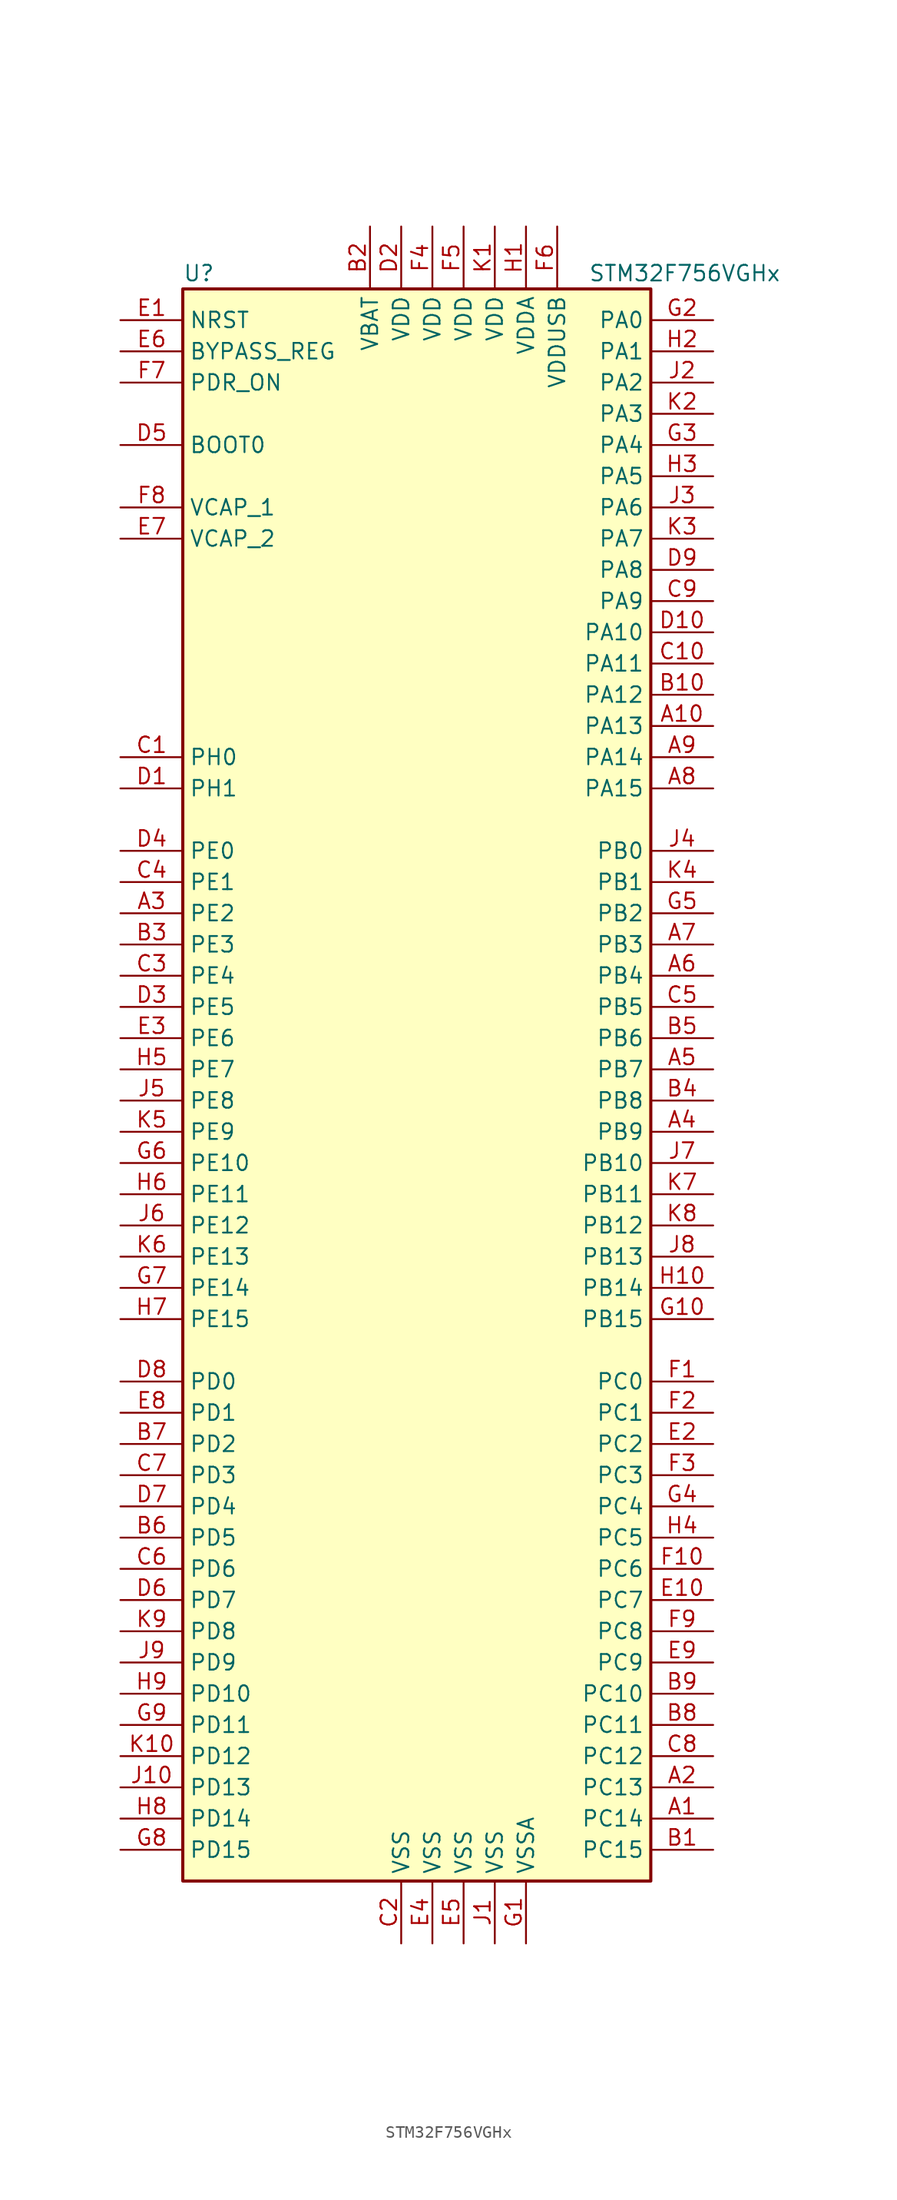
<source format=kicad_sym>
(kicad_symbol_lib
  (version 20201005)
  (generator kicad_symbol_editor)
  (symbol "STM32F756VGHx"
    (property "Reference" "U"
      (at -20.32 64.77 0)
      (effects (font (size 1.27 1.27)) (justify left)))
    (property "Value" "STM32F756VGHx"
      (at 12.7 64.77 0)
      (effects (font (size 1.27 1.27)) (justify left)))
    (symbol "STM32F756VGHx_0_1"
      (rectangle (start -20.32 -66.04) (end 17.78 63.5) (stroke (width 0.254)) (fill (type background))))
    (symbol "STM32F756VGHx_1_1"
      (pin input line (at -25.4 50.8 0) (length 5.08) (name "BOOT0" (effects (font (size 1.27 1.27)))) (number "D5" (effects (font (size 1.27 1.27)))))
      (pin input line (at -25.4 58.42 0) (length 5.08) (name "BYPASS_REG" (effects (font (size 1.27 1.27)))) (number "E6" (effects (font (size 1.27 1.27)))))
      (pin input line (at -25.4 60.96 0) (length 5.08) (name "NRST" (effects (font (size 1.27 1.27)))) (number "E1" (effects (font (size 1.27 1.27)))))
      (pin bidirectional line (at 22.86 60.96 180) (length 5.08) (name "PA0" (effects (font (size 1.27 1.27)))) (number "G2" (effects (font (size 1.27 1.27)))))
      (pin bidirectional line (at 22.86 58.42 180) (length 5.08) (name "PA1" (effects (font (size 1.27 1.27)))) (number "H2" (effects (font (size 1.27 1.27)))))
      (pin bidirectional line (at 22.86 35.56 180) (length 5.08) (name "PA10" (effects (font (size 1.27 1.27)))) (number "D10" (effects (font (size 1.27 1.27)))))
      (pin bidirectional line (at 22.86 33.02 180) (length 5.08) (name "PA11" (effects (font (size 1.27 1.27)))) (number "C10" (effects (font (size 1.27 1.27)))))
      (pin bidirectional line (at 22.86 30.48 180) (length 5.08) (name "PA12" (effects (font (size 1.27 1.27)))) (number "B10" (effects (font (size 1.27 1.27)))))
      (pin bidirectional line (at 22.86 27.94 180) (length 5.08) (name "PA13" (effects (font (size 1.27 1.27)))) (number "A10" (effects (font (size 1.27 1.27)))))
      (pin bidirectional line (at 22.86 25.4 180) (length 5.08) (name "PA14" (effects (font (size 1.27 1.27)))) (number "A9" (effects (font (size 1.27 1.27)))))
      (pin bidirectional line (at 22.86 22.86 180) (length 5.08) (name "PA15" (effects (font (size 1.27 1.27)))) (number "A8" (effects (font (size 1.27 1.27)))))
      (pin bidirectional line (at 22.86 55.88 180) (length 5.08) (name "PA2" (effects (font (size 1.27 1.27)))) (number "J2" (effects (font (size 1.27 1.27)))))
      (pin bidirectional line (at 22.86 53.34 180) (length 5.08) (name "PA3" (effects (font (size 1.27 1.27)))) (number "K2" (effects (font (size 1.27 1.27)))))
      (pin bidirectional line (at 22.86 50.8 180) (length 5.08) (name "PA4" (effects (font (size 1.27 1.27)))) (number "G3" (effects (font (size 1.27 1.27)))))
      (pin bidirectional line (at 22.86 48.26 180) (length 5.08) (name "PA5" (effects (font (size 1.27 1.27)))) (number "H3" (effects (font (size 1.27 1.27)))))
      (pin bidirectional line (at 22.86 45.72 180) (length 5.08) (name "PA6" (effects (font (size 1.27 1.27)))) (number "J3" (effects (font (size 1.27 1.27)))))
      (pin bidirectional line (at 22.86 43.18 180) (length 5.08) (name "PA7" (effects (font (size 1.27 1.27)))) (number "K3" (effects (font (size 1.27 1.27)))))
      (pin bidirectional line (at 22.86 40.64 180) (length 5.08) (name "PA8" (effects (font (size 1.27 1.27)))) (number "D9" (effects (font (size 1.27 1.27)))))
      (pin bidirectional line (at 22.86 38.1 180) (length 5.08) (name "PA9" (effects (font (size 1.27 1.27)))) (number "C9" (effects (font (size 1.27 1.27)))))
      (pin bidirectional line (at 22.86 17.78 180) (length 5.08) (name "PB0" (effects (font (size 1.27 1.27)))) (number "J4" (effects (font (size 1.27 1.27)))))
      (pin bidirectional line (at 22.86 15.24 180) (length 5.08) (name "PB1" (effects (font (size 1.27 1.27)))) (number "K4" (effects (font (size 1.27 1.27)))))
      (pin bidirectional line (at 22.86 -7.62 180) (length 5.08) (name "PB10" (effects (font (size 1.27 1.27)))) (number "J7" (effects (font (size 1.27 1.27)))))
      (pin bidirectional line (at 22.86 -10.16 180) (length 5.08) (name "PB11" (effects (font (size 1.27 1.27)))) (number "K7" (effects (font (size 1.27 1.27)))))
      (pin bidirectional line (at 22.86 -12.7 180) (length 5.08) (name "PB12" (effects (font (size 1.27 1.27)))) (number "K8" (effects (font (size 1.27 1.27)))))
      (pin bidirectional line (at 22.86 -15.24 180) (length 5.08) (name "PB13" (effects (font (size 1.27 1.27)))) (number "J8" (effects (font (size 1.27 1.27)))))
      (pin bidirectional line (at 22.86 -17.78 180) (length 5.08) (name "PB14" (effects (font (size 1.27 1.27)))) (number "H10" (effects (font (size 1.27 1.27)))))
      (pin bidirectional line (at 22.86 -20.32 180) (length 5.08) (name "PB15" (effects (font (size 1.27 1.27)))) (number "G10" (effects (font (size 1.27 1.27)))))
      (pin bidirectional line (at 22.86 12.7 180) (length 5.08) (name "PB2" (effects (font (size 1.27 1.27)))) (number "G5" (effects (font (size 1.27 1.27)))))
      (pin bidirectional line (at 22.86 10.16 180) (length 5.08) (name "PB3" (effects (font (size 1.27 1.27)))) (number "A7" (effects (font (size 1.27 1.27)))))
      (pin bidirectional line (at 22.86 7.62 180) (length 5.08) (name "PB4" (effects (font (size 1.27 1.27)))) (number "A6" (effects (font (size 1.27 1.27)))))
      (pin bidirectional line (at 22.86 5.08 180) (length 5.08) (name "PB5" (effects (font (size 1.27 1.27)))) (number "C5" (effects (font (size 1.27 1.27)))))
      (pin bidirectional line (at 22.86 2.54 180) (length 5.08) (name "PB6" (effects (font (size 1.27 1.27)))) (number "B5" (effects (font (size 1.27 1.27)))))
      (pin bidirectional line (at 22.86 0 180) (length 5.08) (name "PB7" (effects (font (size 1.27 1.27)))) (number "A5" (effects (font (size 1.27 1.27)))))
      (pin bidirectional line (at 22.86 -2.54 180) (length 5.08) (name "PB8" (effects (font (size 1.27 1.27)))) (number "B4" (effects (font (size 1.27 1.27)))))
      (pin bidirectional line (at 22.86 -5.08 180) (length 5.08) (name "PB9" (effects (font (size 1.27 1.27)))) (number "A4" (effects (font (size 1.27 1.27)))))
      (pin bidirectional line (at 22.86 -25.4 180) (length 5.08) (name "PC0" (effects (font (size 1.27 1.27)))) (number "F1" (effects (font (size 1.27 1.27)))))
      (pin bidirectional line (at 22.86 -27.94 180) (length 5.08) (name "PC1" (effects (font (size 1.27 1.27)))) (number "F2" (effects (font (size 1.27 1.27)))))
      (pin bidirectional line (at 22.86 -50.8 180) (length 5.08) (name "PC10" (effects (font (size 1.27 1.27)))) (number "B9" (effects (font (size 1.27 1.27)))))
      (pin bidirectional line (at 22.86 -53.34 180) (length 5.08) (name "PC11" (effects (font (size 1.27 1.27)))) (number "B8" (effects (font (size 1.27 1.27)))))
      (pin bidirectional line (at 22.86 -55.88 180) (length 5.08) (name "PC12" (effects (font (size 1.27 1.27)))) (number "C8" (effects (font (size 1.27 1.27)))))
      (pin bidirectional line (at 22.86 -58.42 180) (length 5.08) (name "PC13" (effects (font (size 1.27 1.27)))) (number "A2" (effects (font (size 1.27 1.27)))))
      (pin bidirectional line (at 22.86 -60.96 180) (length 5.08) (name "PC14" (effects (font (size 1.27 1.27)))) (number "A1" (effects (font (size 1.27 1.27)))))
      (pin bidirectional line (at 22.86 -63.5 180) (length 5.08) (name "PC15" (effects (font (size 1.27 1.27)))) (number "B1" (effects (font (size 1.27 1.27)))))
      (pin bidirectional line (at 22.86 -30.48 180) (length 5.08) (name "PC2" (effects (font (size 1.27 1.27)))) (number "E2" (effects (font (size 1.27 1.27)))))
      (pin bidirectional line (at 22.86 -33.02 180) (length 5.08) (name "PC3" (effects (font (size 1.27 1.27)))) (number "F3" (effects (font (size 1.27 1.27)))))
      (pin bidirectional line (at 22.86 -35.56 180) (length 5.08) (name "PC4" (effects (font (size 1.27 1.27)))) (number "G4" (effects (font (size 1.27 1.27)))))
      (pin bidirectional line (at 22.86 -38.1 180) (length 5.08) (name "PC5" (effects (font (size 1.27 1.27)))) (number "H4" (effects (font (size 1.27 1.27)))))
      (pin bidirectional line (at 22.86 -40.64 180) (length 5.08) (name "PC6" (effects (font (size 1.27 1.27)))) (number "F10" (effects (font (size 1.27 1.27)))))
      (pin bidirectional line (at 22.86 -43.18 180) (length 5.08) (name "PC7" (effects (font (size 1.27 1.27)))) (number "E10" (effects (font (size 1.27 1.27)))))
      (pin bidirectional line (at 22.86 -45.72 180) (length 5.08) (name "PC8" (effects (font (size 1.27 1.27)))) (number "F9" (effects (font (size 1.27 1.27)))))
      (pin bidirectional line (at 22.86 -48.26 180) (length 5.08) (name "PC9" (effects (font (size 1.27 1.27)))) (number "E9" (effects (font (size 1.27 1.27)))))
      (pin bidirectional line (at -25.4 -25.4 0) (length 5.08) (name "PD0" (effects (font (size 1.27 1.27)))) (number "D8" (effects (font (size 1.27 1.27)))))
      (pin bidirectional line (at -25.4 -27.94 0) (length 5.08) (name "PD1" (effects (font (size 1.27 1.27)))) (number "E8" (effects (font (size 1.27 1.27)))))
      (pin bidirectional line (at -25.4 -50.8 0) (length 5.08) (name "PD10" (effects (font (size 1.27 1.27)))) (number "H9" (effects (font (size 1.27 1.27)))))
      (pin bidirectional line (at -25.4 -53.34 0) (length 5.08) (name "PD11" (effects (font (size 1.27 1.27)))) (number "G9" (effects (font (size 1.27 1.27)))))
      (pin bidirectional line (at -25.4 -55.88 0) (length 5.08) (name "PD12" (effects (font (size 1.27 1.27)))) (number "K10" (effects (font (size 1.27 1.27)))))
      (pin bidirectional line (at -25.4 -58.42 0) (length 5.08) (name "PD13" (effects (font (size 1.27 1.27)))) (number "J10" (effects (font (size 1.27 1.27)))))
      (pin bidirectional line (at -25.4 -60.96 0) (length 5.08) (name "PD14" (effects (font (size 1.27 1.27)))) (number "H8" (effects (font (size 1.27 1.27)))))
      (pin bidirectional line (at -25.4 -63.5 0) (length 5.08) (name "PD15" (effects (font (size 1.27 1.27)))) (number "G8" (effects (font (size 1.27 1.27)))))
      (pin bidirectional line (at -25.4 -30.48 0) (length 5.08) (name "PD2" (effects (font (size 1.27 1.27)))) (number "B7" (effects (font (size 1.27 1.27)))))
      (pin bidirectional line (at -25.4 -33.02 0) (length 5.08) (name "PD3" (effects (font (size 1.27 1.27)))) (number "C7" (effects (font (size 1.27 1.27)))))
      (pin bidirectional line (at -25.4 -35.56 0) (length 5.08) (name "PD4" (effects (font (size 1.27 1.27)))) (number "D7" (effects (font (size 1.27 1.27)))))
      (pin bidirectional line (at -25.4 -38.1 0) (length 5.08) (name "PD5" (effects (font (size 1.27 1.27)))) (number "B6" (effects (font (size 1.27 1.27)))))
      (pin bidirectional line (at -25.4 -40.64 0) (length 5.08) (name "PD6" (effects (font (size 1.27 1.27)))) (number "C6" (effects (font (size 1.27 1.27)))))
      (pin bidirectional line (at -25.4 -43.18 0) (length 5.08) (name "PD7" (effects (font (size 1.27 1.27)))) (number "D6" (effects (font (size 1.27 1.27)))))
      (pin bidirectional line (at -25.4 -45.72 0) (length 5.08) (name "PD8" (effects (font (size 1.27 1.27)))) (number "K9" (effects (font (size 1.27 1.27)))))
      (pin bidirectional line (at -25.4 -48.26 0) (length 5.08) (name "PD9" (effects (font (size 1.27 1.27)))) (number "J9" (effects (font (size 1.27 1.27)))))
      (pin input line (at -25.4 55.88 0) (length 5.08) (name "PDR_ON" (effects (font (size 1.27 1.27)))) (number "F7" (effects (font (size 1.27 1.27)))))
      (pin bidirectional line (at -25.4 17.78 0) (length 5.08) (name "PE0" (effects (font (size 1.27 1.27)))) (number "D4" (effects (font (size 1.27 1.27)))))
      (pin bidirectional line (at -25.4 15.24 0) (length 5.08) (name "PE1" (effects (font (size 1.27 1.27)))) (number "C4" (effects (font (size 1.27 1.27)))))
      (pin bidirectional line (at -25.4 -7.62 0) (length 5.08) (name "PE10" (effects (font (size 1.27 1.27)))) (number "G6" (effects (font (size 1.27 1.27)))))
      (pin bidirectional line (at -25.4 -10.16 0) (length 5.08) (name "PE11" (effects (font (size 1.27 1.27)))) (number "H6" (effects (font (size 1.27 1.27)))))
      (pin bidirectional line (at -25.4 -12.7 0) (length 5.08) (name "PE12" (effects (font (size 1.27 1.27)))) (number "J6" (effects (font (size 1.27 1.27)))))
      (pin bidirectional line (at -25.4 -15.24 0) (length 5.08) (name "PE13" (effects (font (size 1.27 1.27)))) (number "K6" (effects (font (size 1.27 1.27)))))
      (pin bidirectional line (at -25.4 -17.78 0) (length 5.08) (name "PE14" (effects (font (size 1.27 1.27)))) (number "G7" (effects (font (size 1.27 1.27)))))
      (pin bidirectional line (at -25.4 -20.32 0) (length 5.08) (name "PE15" (effects (font (size 1.27 1.27)))) (number "H7" (effects (font (size 1.27 1.27)))))
      (pin bidirectional line (at -25.4 12.7 0) (length 5.08) (name "PE2" (effects (font (size 1.27 1.27)))) (number "A3" (effects (font (size 1.27 1.27)))))
      (pin bidirectional line (at -25.4 10.16 0) (length 5.08) (name "PE3" (effects (font (size 1.27 1.27)))) (number "B3" (effects (font (size 1.27 1.27)))))
      (pin bidirectional line (at -25.4 7.62 0) (length 5.08) (name "PE4" (effects (font (size 1.27 1.27)))) (number "C3" (effects (font (size 1.27 1.27)))))
      (pin bidirectional line (at -25.4 5.08 0) (length 5.08) (name "PE5" (effects (font (size 1.27 1.27)))) (number "D3" (effects (font (size 1.27 1.27)))))
      (pin bidirectional line (at -25.4 2.54 0) (length 5.08) (name "PE6" (effects (font (size 1.27 1.27)))) (number "E3" (effects (font (size 1.27 1.27)))))
      (pin bidirectional line (at -25.4 0 0) (length 5.08) (name "PE7" (effects (font (size 1.27 1.27)))) (number "H5" (effects (font (size 1.27 1.27)))))
      (pin bidirectional line (at -25.4 -2.54 0) (length 5.08) (name "PE8" (effects (font (size 1.27 1.27)))) (number "J5" (effects (font (size 1.27 1.27)))))
      (pin bidirectional line (at -25.4 -5.08 0) (length 5.08) (name "PE9" (effects (font (size 1.27 1.27)))) (number "K5" (effects (font (size 1.27 1.27)))))
      (pin input line (at -25.4 25.4 0) (length 5.08) (name "PH0" (effects (font (size 1.27 1.27)))) (number "C1" (effects (font (size 1.27 1.27)))))
      (pin input line (at -25.4 22.86 0) (length 5.08) (name "PH1" (effects (font (size 1.27 1.27)))) (number "D1" (effects (font (size 1.27 1.27)))))
      (pin power_in line (at -5.08 68.58 270) (length 5.08) (name "VBAT" (effects (font (size 1.27 1.27)))) (number "B2" (effects (font (size 1.27 1.27)))))
      (pin power_in line (at -25.4 45.72 0) (length 5.08) (name "VCAP_1" (effects (font (size 1.27 1.27)))) (number "F8" (effects (font (size 1.27 1.27)))))
      (pin power_in line (at -25.4 43.18 0) (length 5.08) (name "VCAP_2" (effects (font (size 1.27 1.27)))) (number "E7" (effects (font (size 1.27 1.27)))))
      (pin power_in line (at -2.54 68.58 270) (length 5.08) (name "VDD" (effects (font (size 1.27 1.27)))) (number "D2" (effects (font (size 1.27 1.27)))))
      (pin power_in line (at 0 68.58 270) (length 5.08) (name "VDD" (effects (font (size 1.27 1.27)))) (number "F4" (effects (font (size 1.27 1.27)))))
      (pin power_in line (at 2.54 68.58 270) (length 5.08) (name "VDD" (effects (font (size 1.27 1.27)))) (number "F5" (effects (font (size 1.27 1.27)))))
      (pin power_in line (at 5.08 68.58 270) (length 5.08) (name "VDD" (effects (font (size 1.27 1.27)))) (number "K1" (effects (font (size 1.27 1.27)))))
      (pin power_in line (at 7.62 68.58 270) (length 5.08) (name "VDDA" (effects (font (size 1.27 1.27)))) (number "H1" (effects (font (size 1.27 1.27)))))
      (pin power_in line (at 10.16 68.58 270) (length 5.08) (name "VDDUSB" (effects (font (size 1.27 1.27)))) (number "F6" (effects (font (size 1.27 1.27)))))
      (pin power_in line (at -2.54 -71.12 90) (length 5.08) (name "VSS" (effects (font (size 1.27 1.27)))) (number "C2" (effects (font (size 1.27 1.27)))))
      (pin power_in line (at 0 -71.12 90) (length 5.08) (name "VSS" (effects (font (size 1.27 1.27)))) (number "E4" (effects (font (size 1.27 1.27)))))
      (pin power_in line (at 2.54 -71.12 90) (length 5.08) (name "VSS" (effects (font (size 1.27 1.27)))) (number "E5" (effects (font (size 1.27 1.27)))))
      (pin power_in line (at 5.08 -71.12 90) (length 5.08) (name "VSS" (effects (font (size 1.27 1.27)))) (number "J1" (effects (font (size 1.27 1.27)))))
      (pin power_in line (at 7.62 -71.12 90) (length 5.08) (name "VSSA" (effects (font (size 1.27 1.27)))) (number "G1" (effects (font (size 1.27 1.27))))))))
</source>
